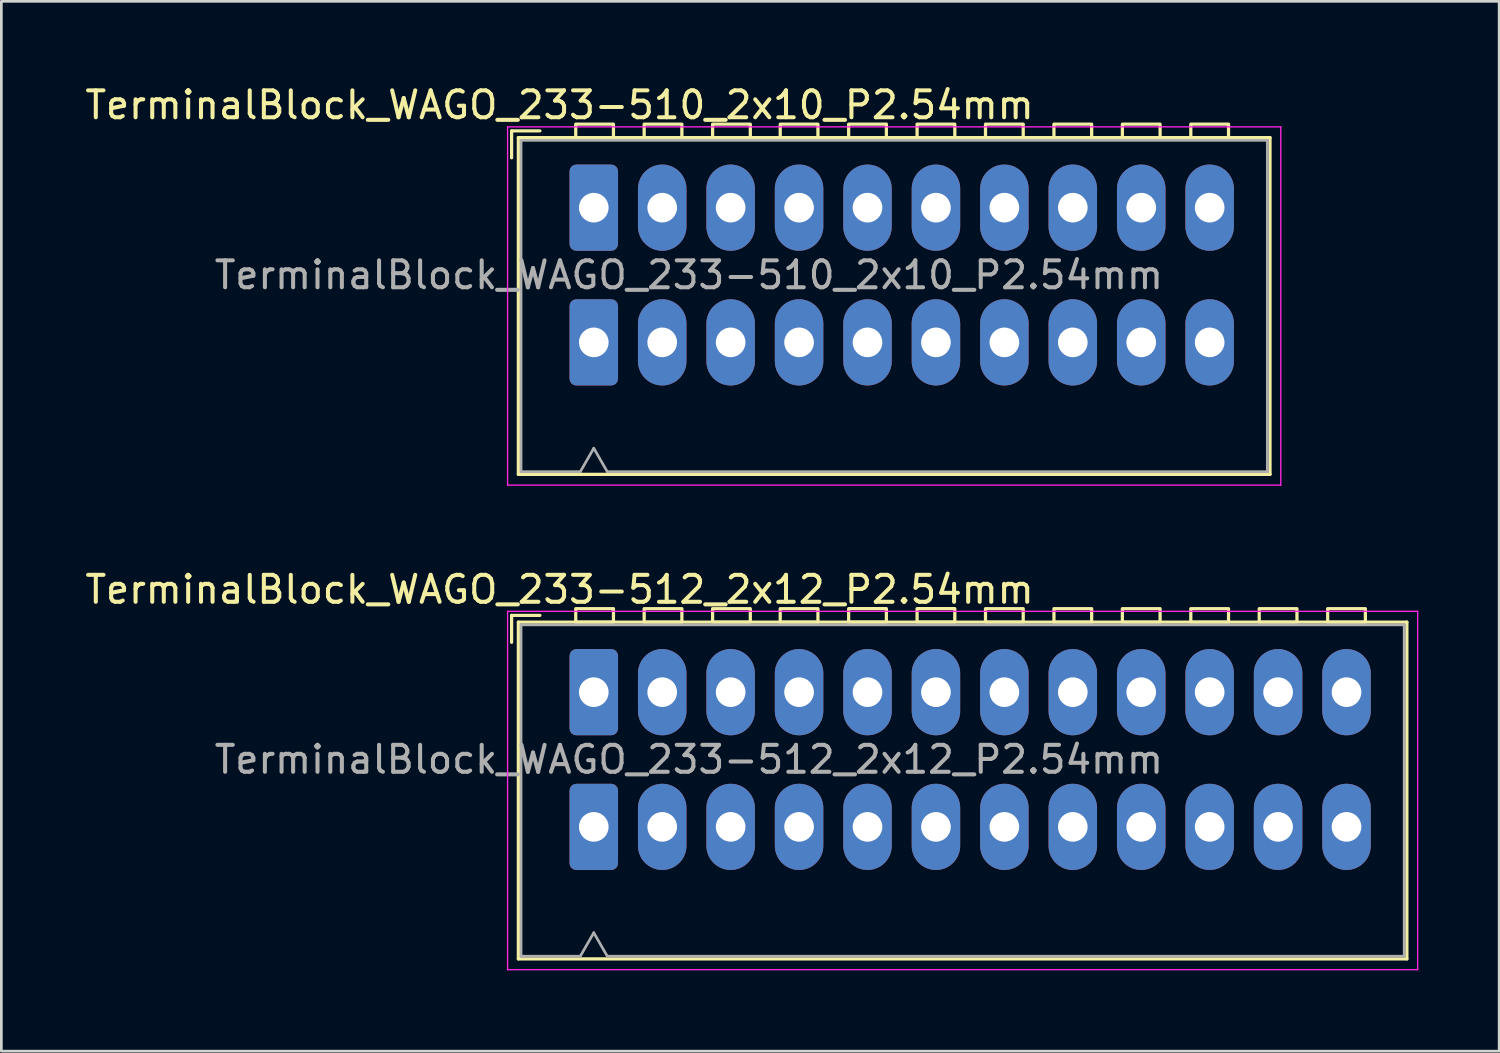
<source format=kicad_pcb>
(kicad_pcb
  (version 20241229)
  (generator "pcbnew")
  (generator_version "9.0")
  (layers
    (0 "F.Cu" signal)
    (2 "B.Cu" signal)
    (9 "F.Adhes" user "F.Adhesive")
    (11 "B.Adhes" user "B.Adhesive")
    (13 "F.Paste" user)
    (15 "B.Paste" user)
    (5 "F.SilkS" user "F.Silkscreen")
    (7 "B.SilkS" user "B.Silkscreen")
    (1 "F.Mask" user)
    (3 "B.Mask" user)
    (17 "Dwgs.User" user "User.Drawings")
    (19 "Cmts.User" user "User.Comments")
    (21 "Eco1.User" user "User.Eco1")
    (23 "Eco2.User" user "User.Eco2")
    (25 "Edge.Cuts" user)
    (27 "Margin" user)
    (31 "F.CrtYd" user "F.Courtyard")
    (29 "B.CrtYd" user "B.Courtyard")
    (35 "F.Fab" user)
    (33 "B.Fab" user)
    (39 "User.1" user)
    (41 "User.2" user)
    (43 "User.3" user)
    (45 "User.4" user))
  (footprint "TerminalBlock_WAGO_233-512_2x12_P2.54mm"
    (layer "F.Cu")
    (at 18.99 22.642)
    (property "Reference" "TerminalBlock_WAGO_233-512_2x12_P2.54mm" (at -1.27 -3.81 0) (layer "F.SilkS") (effects (font (size 1 1) (thickness 0.15))))
    (attr through_hole)
    (fp_line (start -3.05 -2.85) (end -3.05 -1.85) (stroke (width 0.12) (type default)) (layer "F.SilkS"))
    (fp_line (start -3.05 -2.85) (end -2 -2.85) (stroke (width 0.12) (type default)) (layer "F.SilkS"))
    (fp_line (start -2.8 -2.6) (end 30.18 -2.6) (stroke (width 0.12) (type solid)) (layer "F.SilkS"))
    (fp_line (start -2.8 9.9) (end -2.8 -2.6) (stroke (width 0.12) (type solid)) (layer "F.SilkS"))
    (fp_line (start 30.18 -2.6) (end 30.18 9.9) (stroke (width 0.12) (type solid)) (layer "F.SilkS"))
    (fp_line (start 30.18 9.9) (end -2.8 9.9) (stroke (width 0.12) (type solid)) (layer "F.SilkS"))
    (fp_rect (start -0.67 -3.1) (end 0.73 -2.6) (stroke (width 0.12) (type default)) (fill no) (layer "F.SilkS"))
    (fp_rect (start 1.87 -3.1) (end 3.27 -2.6) (stroke (width 0.12) (type default)) (fill no) (layer "F.SilkS"))
    (fp_rect (start 4.41 -3.1) (end 5.81 -2.6) (stroke (width 0.12) (type default)) (fill no) (layer "F.SilkS"))
    (fp_rect (start 6.92 -3.1) (end 8.32 -2.6) (stroke (width 0.12) (type default)) (fill no) (layer "F.SilkS"))
    (fp_rect (start 9.46 -3.101) (end 10.86 -2.601) (stroke (width 0.12) (type default)) (fill no) (layer "F.SilkS"))
    (fp_rect (start 12 -3.101) (end 13.4 -2.601) (stroke (width 0.12) (type default)) (fill no) (layer "F.SilkS"))
    (fp_rect (start 14.54 -3.1) (end 15.94 -2.6) (stroke (width 0.12) (type default)) (fill no) (layer "F.SilkS"))
    (fp_rect (start 17.08 -3.1) (end 18.48 -2.6) (stroke (width 0.12) (type default)) (fill no) (layer "F.SilkS"))
    (fp_rect (start 19.62 -3.1) (end 21.02 -2.6) (stroke (width 0.12) (type default)) (fill no) (layer "F.SilkS"))
    (fp_rect (start 22.16 -3.1) (end 23.56 -2.6) (stroke (width 0.12) (type default)) (fill no) (layer "F.SilkS"))
    (fp_rect (start 24.7 -3.1) (end 26.1 -2.6) (stroke (width 0.12) (type default)) (fill no) (layer "F.SilkS"))
    (fp_rect (start 27.24 -3.1) (end 28.64 -2.6) (stroke (width 0.12) (type default)) (fill no) (layer "F.SilkS"))
    (fp_line (start -3.2 -3) (end 30.58 -3) (stroke (width 0.05) (type solid)) (layer "F.CrtYd"))
    (fp_line (start -3.2 10.3) (end -3.2 -3) (stroke (width 0.05) (type solid)) (layer "F.CrtYd"))
    (fp_line (start 30.58 -3) (end 30.58 10.3) (stroke (width 0.05) (type solid)) (layer "F.CrtYd"))
    (fp_line (start 30.58 10.3) (end -3.2 10.3) (stroke (width 0.05) (type solid)) (layer "F.CrtYd"))
    (fp_line (start -2.7 -2.5) (end 30.08 -2.5) (stroke (width 0.1) (type default)) (layer "F.Fab"))
    (fp_line (start -2.7 9.8) (end -2.7 -2.5) (stroke (width 0.1) (type default)) (layer "F.Fab"))
    (fp_line (start -2.7 9.8) (end -0.5 9.8) (stroke (width 0.1) (type default)) (layer "F.Fab"))
    (fp_line (start 0 8.93) (end -0.5 9.8) (stroke (width 0.1) (type default)) (layer "F.Fab"))
    (fp_line (start 0.5 9.8) (end 0 8.93) (stroke (width 0.1) (type default)) (layer "F.Fab"))
    (fp_line (start 0.5 9.8) (end 30.08 9.8) (stroke (width 0.1) (type default)) (layer "F.Fab"))
    (fp_line (start 30.08 -2.5) (end 30.08 9.8) (stroke (width 0.1) (type default)) (layer "F.Fab"))
    (fp_text user "${REFERENCE}" (at 3.53 2.5 0) (layer "F.Fab") (effects (font (size 1 1) (thickness 0.15))))
    (pad "1" thru_hole roundrect (at 0 0) (size 1.8 3.2) (drill 1.1) (layers "*.Cu" "*.Mask") (roundrect_rratio 0.139))
    (pad "1" thru_hole roundrect (at 0 5) (size 1.8 3.2) (drill 1.1) (layers "*.Cu" "*.Mask") (roundrect_rratio 0.139))
    (pad "2" thru_hole oval (at 2.54 0) (size 1.8 3.2) (drill 1.1) (layers "*.Cu" "*.Mask"))
    (pad "2" thru_hole oval (at 2.54 5) (size 1.8 3.2) (drill 1.1) (layers "*.Cu" "*.Mask"))
    (pad "3" thru_hole oval (at 5.08 0) (size 1.8 3.2) (drill 1.1) (layers "*.Cu" "*.Mask"))
    (pad "3" thru_hole oval (at 5.08 5) (size 1.8 3.2) (drill 1.1) (layers "*.Cu" "*.Mask"))
    (pad "4" thru_hole oval (at 7.62 0) (size 1.8 3.2) (drill 1.1) (layers "*.Cu" "*.Mask"))
    (pad "4" thru_hole oval (at 7.62 5) (size 1.8 3.2) (drill 1.1) (layers "*.Cu" "*.Mask"))
    (pad "5" thru_hole oval (at 10.16 0) (size 1.8 3.2) (drill 1.1) (layers "*.Cu" "*.Mask"))
    (pad "5" thru_hole oval (at 10.16 5) (size 1.8 3.2) (drill 1.1) (layers "*.Cu" "*.Mask"))
    (pad "6" thru_hole oval (at 12.7 0) (size 1.8 3.2) (drill 1.1) (layers "*.Cu" "*.Mask"))
    (pad "6" thru_hole oval (at 12.7 5) (size 1.8 3.2) (drill 1.1) (layers "*.Cu" "*.Mask"))
    (pad "7" thru_hole oval (at 15.24 0) (size 1.8 3.2) (drill 1.1) (layers "*.Cu" "*.Mask"))
    (pad "7" thru_hole oval (at 15.24 5) (size 1.8 3.2) (drill 1.1) (layers "*.Cu" "*.Mask"))
    (pad "8" thru_hole oval (at 17.78 0) (size 1.8 3.2) (drill 1.1) (layers "*.Cu" "*.Mask"))
    (pad "8" thru_hole oval (at 17.78 5) (size 1.8 3.2) (drill 1.1) (layers "*.Cu" "*.Mask"))
    (pad "9" thru_hole oval (at 20.32 0) (size 1.8 3.2) (drill 1.1) (layers "*.Cu" "*.Mask"))
    (pad "9" thru_hole oval (at 20.32 5) (size 1.8 3.2) (drill 1.1) (layers "*.Cu" "*.Mask"))
    (pad "10" thru_hole oval (at 22.86 0) (size 1.8 3.2) (drill 1.1) (layers "*.Cu" "*.Mask"))
    (pad "10" thru_hole oval (at 22.86 5) (size 1.8 3.2) (drill 1.1) (layers "*.Cu" "*.Mask"))
    (pad "11" thru_hole oval (at 25.4 0) (size 1.8 3.2) (drill 1.1) (layers "*.Cu" "*.Mask"))
    (pad "11" thru_hole oval (at 25.4 5) (size 1.8 3.2) (drill 1.1) (layers "*.Cu" "*.Mask"))
    (pad "12" thru_hole oval (at 27.94 0) (size 1.8 3.2) (drill 1.1) (layers "*.Cu" "*.Mask"))
    (pad "12" thru_hole oval (at 27.94 5) (size 1.8 3.2) (drill 1.1) (layers "*.Cu" "*.Mask")))
  (footprint "TerminalBlock_WAGO_233-510_2x10_P2.54mm"
    (layer "F.Cu")
    (at 18.99 4.658)
    (property "Reference" "TerminalBlock_WAGO_233-510_2x10_P2.54mm" (at -1.27 -3.81 0) (layer "F.SilkS") (effects (font (size 1 1) (thickness 0.15))))
    (attr through_hole)
    (fp_line (start -3.05 -2.85) (end -3.05 -1.85) (stroke (width 0.12) (type default)) (layer "F.SilkS"))
    (fp_line (start -3.05 -2.85) (end -2 -2.85) (stroke (width 0.12) (type default)) (layer "F.SilkS"))
    (fp_line (start -2.8 -2.6) (end 25.1 -2.6) (stroke (width 0.12) (type solid)) (layer "F.SilkS"))
    (fp_line (start -2.8 9.9) (end -2.8 -2.6) (stroke (width 0.12) (type solid)) (layer "F.SilkS"))
    (fp_line (start 25.1 -2.6) (end 25.1 9.9) (stroke (width 0.12) (type solid)) (layer "F.SilkS"))
    (fp_line (start 25.1 9.9) (end -2.8 9.9) (stroke (width 0.12) (type solid)) (layer "F.SilkS"))
    (fp_rect (start -0.67 -3.1) (end 0.73 -2.6) (stroke (width 0.12) (type default)) (fill no) (layer "F.SilkS"))
    (fp_rect (start 1.87 -3.1) (end 3.27 -2.6) (stroke (width 0.12) (type default)) (fill no) (layer "F.SilkS"))
    (fp_rect (start 4.41 -3.1) (end 5.81 -2.6) (stroke (width 0.12) (type default)) (fill no) (layer "F.SilkS"))
    (fp_rect (start 6.92 -3.1) (end 8.32 -2.6) (stroke (width 0.12) (type default)) (fill no) (layer "F.SilkS"))
    (fp_rect (start 9.46 -3.101) (end 10.86 -2.601) (stroke (width 0.12) (type default)) (fill no) (layer "F.SilkS"))
    (fp_rect (start 12 -3.101) (end 13.4 -2.601) (stroke (width 0.12) (type default)) (fill no) (layer "F.SilkS"))
    (fp_rect (start 14.54 -3.1) (end 15.94 -2.6) (stroke (width 0.12) (type default)) (fill no) (layer "F.SilkS"))
    (fp_rect (start 17.08 -3.1) (end 18.48 -2.6) (stroke (width 0.12) (type default)) (fill no) (layer "F.SilkS"))
    (fp_rect (start 19.62 -3.1) (end 21.02 -2.6) (stroke (width 0.12) (type default)) (fill no) (layer "F.SilkS"))
    (fp_rect (start 22.16 -3.1) (end 23.56 -2.6) (stroke (width 0.12) (type default)) (fill no) (layer "F.SilkS"))
    (fp_line (start -3.2 -3) (end 25.5 -3) (stroke (width 0.05) (type solid)) (layer "F.CrtYd"))
    (fp_line (start -3.2 10.3) (end -3.2 -3) (stroke (width 0.05) (type solid)) (layer "F.CrtYd"))
    (fp_line (start 25.5 -3) (end 25.5 10.3) (stroke (width 0.05) (type solid)) (layer "F.CrtYd"))
    (fp_line (start 25.5 10.3) (end -3.2 10.3) (stroke (width 0.05) (type solid)) (layer "F.CrtYd"))
    (fp_line (start -2.7 -2.5) (end 25 -2.5) (stroke (width 0.1) (type default)) (layer "F.Fab"))
    (fp_line (start -2.7 9.8) (end -2.7 -2.5) (stroke (width 0.1) (type default)) (layer "F.Fab"))
    (fp_line (start -2.7 9.8) (end -0.5 9.8) (stroke (width 0.1) (type default)) (layer "F.Fab"))
    (fp_line (start 0 8.93) (end -0.5 9.8) (stroke (width 0.1) (type default)) (layer "F.Fab"))
    (fp_line (start 0.5 9.8) (end 0 8.93) (stroke (width 0.1) (type default)) (layer "F.Fab"))
    (fp_line (start 0.5 9.8) (end 25 9.8) (stroke (width 0.1) (type default)) (layer "F.Fab"))
    (fp_line (start 25 -2.5) (end 25 9.8) (stroke (width 0.1) (type default)) (layer "F.Fab"))
    (fp_text user "${REFERENCE}" (at 3.53 2.5 0) (layer "F.Fab") (effects (font (size 1 1) (thickness 0.15))))
    (pad "1" thru_hole roundrect (at 0 0) (size 1.8 3.2) (drill 1.1) (layers "*.Cu" "*.Mask") (roundrect_rratio 0.139))
    (pad "1" thru_hole roundrect (at 0 5) (size 1.8 3.2) (drill 1.1) (layers "*.Cu" "*.Mask") (roundrect_rratio 0.139))
    (pad "2" thru_hole oval (at 2.54 0) (size 1.8 3.2) (drill 1.1) (layers "*.Cu" "*.Mask"))
    (pad "2" thru_hole oval (at 2.54 5) (size 1.8 3.2) (drill 1.1) (layers "*.Cu" "*.Mask"))
    (pad "3" thru_hole oval (at 5.08 0) (size 1.8 3.2) (drill 1.1) (layers "*.Cu" "*.Mask"))
    (pad "3" thru_hole oval (at 5.08 5) (size 1.8 3.2) (drill 1.1) (layers "*.Cu" "*.Mask"))
    (pad "4" thru_hole oval (at 7.62 0) (size 1.8 3.2) (drill 1.1) (layers "*.Cu" "*.Mask"))
    (pad "4" thru_hole oval (at 7.62 5) (size 1.8 3.2) (drill 1.1) (layers "*.Cu" "*.Mask"))
    (pad "5" thru_hole oval (at 10.16 0) (size 1.8 3.2) (drill 1.1) (layers "*.Cu" "*.Mask"))
    (pad "5" thru_hole oval (at 10.16 5) (size 1.8 3.2) (drill 1.1) (layers "*.Cu" "*.Mask"))
    (pad "6" thru_hole oval (at 12.7 0) (size 1.8 3.2) (drill 1.1) (layers "*.Cu" "*.Mask"))
    (pad "6" thru_hole oval (at 12.7 5) (size 1.8 3.2) (drill 1.1) (layers "*.Cu" "*.Mask"))
    (pad "7" thru_hole oval (at 15.24 0) (size 1.8 3.2) (drill 1.1) (layers "*.Cu" "*.Mask"))
    (pad "7" thru_hole oval (at 15.24 5) (size 1.8 3.2) (drill 1.1) (layers "*.Cu" "*.Mask"))
    (pad "8" thru_hole oval (at 17.78 0) (size 1.8 3.2) (drill 1.1) (layers "*.Cu" "*.Mask"))
    (pad "8" thru_hole oval (at 17.78 5) (size 1.8 3.2) (drill 1.1) (layers "*.Cu" "*.Mask"))
    (pad "9" thru_hole oval (at 20.32 0) (size 1.8 3.2) (drill 1.1) (layers "*.Cu" "*.Mask"))
    (pad "9" thru_hole oval (at 20.32 5) (size 1.8 3.2) (drill 1.1) (layers "*.Cu" "*.Mask"))
    (pad "10" thru_hole oval (at 22.86 0) (size 1.8 3.2) (drill 1.1) (layers "*.Cu" "*.Mask"))
    (pad "10" thru_hole oval (at 22.86 5) (size 1.8 3.2) (drill 1.1) (layers "*.Cu" "*.Mask")))
  (gr_rect
    (start -3 -3)
    (end 52.595 35.967)
    (stroke (width 0.1) (type default))
    (fill no)
    (layer "Edge.Cuts")))
</source>
